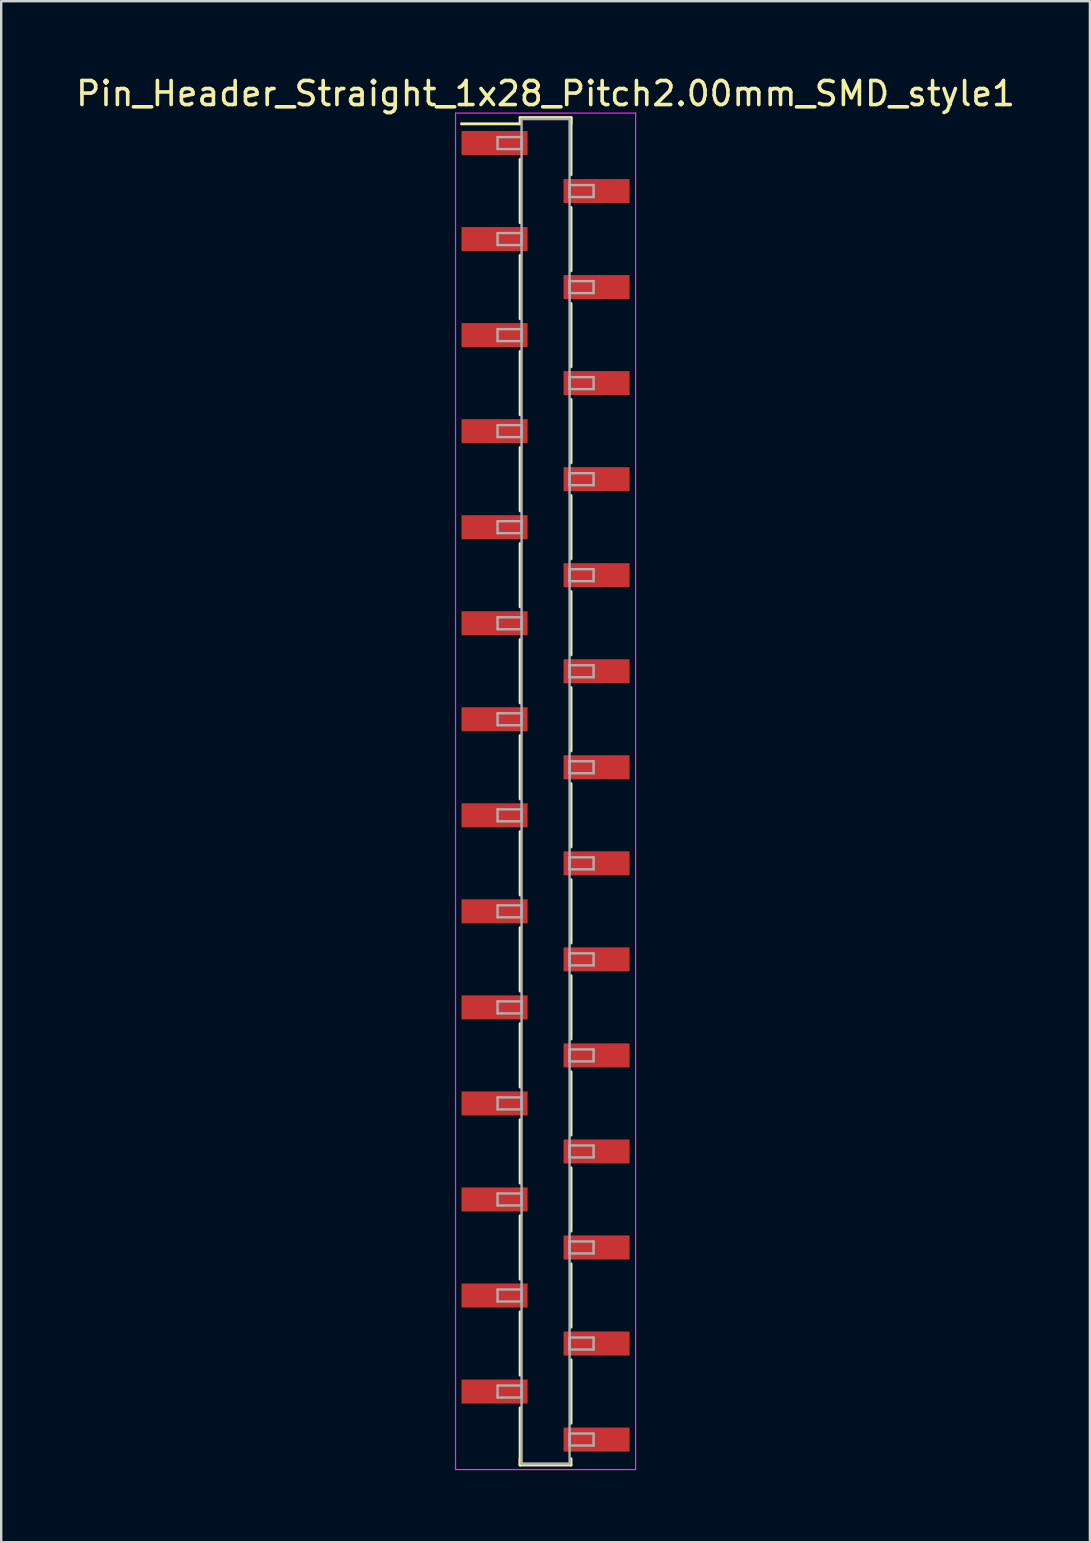
<source format=kicad_pcb>
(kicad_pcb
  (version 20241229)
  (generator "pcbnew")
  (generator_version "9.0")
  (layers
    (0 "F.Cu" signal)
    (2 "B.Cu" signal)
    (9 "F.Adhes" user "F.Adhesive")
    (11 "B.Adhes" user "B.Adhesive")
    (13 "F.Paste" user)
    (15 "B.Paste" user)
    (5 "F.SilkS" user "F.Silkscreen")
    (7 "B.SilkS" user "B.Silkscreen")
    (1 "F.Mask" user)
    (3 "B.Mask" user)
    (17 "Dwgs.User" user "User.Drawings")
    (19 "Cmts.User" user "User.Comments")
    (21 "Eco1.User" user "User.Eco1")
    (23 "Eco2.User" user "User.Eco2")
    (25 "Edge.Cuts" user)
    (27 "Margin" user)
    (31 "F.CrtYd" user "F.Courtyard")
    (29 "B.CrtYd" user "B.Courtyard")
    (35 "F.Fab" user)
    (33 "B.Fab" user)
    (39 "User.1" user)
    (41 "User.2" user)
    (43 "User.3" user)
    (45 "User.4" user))
  (footprint "Pin_Header_Straight_1x28_Pitch2.00mm_SMD_style1"
    (layer "F.Cu")
    (at 19.673 29.908)
    (property "Reference" "Pin_Header_Straight_1x28_Pitch2.00mm_SMD_style1" (at 0 -29.06 0) (layer "F.SilkS") (effects (font (size 1 1) (thickness 0.15))))
    (attr smd)
    (fp_line (start -1.06 -28.06) (end 1.06 -28.06) (stroke (width 0.12) (type solid)) (layer "F.SilkS"))
    (fp_line (start -1.06 -27.8) (end -3.5 -27.8) (stroke (width 0.12) (type solid)) (layer "F.SilkS"))
    (fp_line (start -1.06 -27.8) (end -1.06 -28.06) (stroke (width 0.12) (type solid)) (layer "F.SilkS"))
    (fp_line (start -1.06 -26.32) (end -1.06 -23.68) (stroke (width 0.12) (type solid)) (layer "F.SilkS"))
    (fp_line (start -1.06 -22.32) (end -1.06 -19.68) (stroke (width 0.12) (type solid)) (layer "F.SilkS"))
    (fp_line (start -1.06 -18.32) (end -1.06 -15.68) (stroke (width 0.12) (type solid)) (layer "F.SilkS"))
    (fp_line (start -1.06 -14.32) (end -1.06 -11.68) (stroke (width 0.12) (type solid)) (layer "F.SilkS"))
    (fp_line (start -1.06 -10.32) (end -1.06 -7.68) (stroke (width 0.12) (type solid)) (layer "F.SilkS"))
    (fp_line (start -1.06 -6.32) (end -1.06 -3.68) (stroke (width 0.12) (type solid)) (layer "F.SilkS"))
    (fp_line (start -1.06 -2.32) (end -1.06 0.32) (stroke (width 0.12) (type solid)) (layer "F.SilkS"))
    (fp_line (start -1.06 1.68) (end -1.06 4.32) (stroke (width 0.12) (type solid)) (layer "F.SilkS"))
    (fp_line (start -1.06 5.68) (end -1.06 8.32) (stroke (width 0.12) (type solid)) (layer "F.SilkS"))
    (fp_line (start -1.06 9.68) (end -1.06 12.32) (stroke (width 0.12) (type solid)) (layer "F.SilkS"))
    (fp_line (start -1.06 13.68) (end -1.06 16.32) (stroke (width 0.12) (type solid)) (layer "F.SilkS"))
    (fp_line (start -1.06 17.68) (end -1.06 20.32) (stroke (width 0.12) (type solid)) (layer "F.SilkS"))
    (fp_line (start -1.06 21.68) (end -1.06 24.32) (stroke (width 0.12) (type solid)) (layer "F.SilkS"))
    (fp_line (start -1.06 25.68) (end -1.06 28.06) (stroke (width 0.12) (type solid)) (layer "F.SilkS"))
    (fp_line (start -1.06 27.8) (end -1.06 28.06) (stroke (width 0.12) (type solid)) (layer "F.SilkS"))
    (fp_line (start -1.06 28.06) (end 1.06 28.06) (stroke (width 0.12) (type solid)) (layer "F.SilkS"))
    (fp_line (start 1.06 -28.06) (end 1.06 -27.8) (stroke (width 0.12) (type solid)) (layer "F.SilkS"))
    (fp_line (start 1.06 -28.06) (end 1.06 -25.68) (stroke (width 0.12) (type solid)) (layer "F.SilkS"))
    (fp_line (start 1.06 -24.32) (end 1.06 -21.68) (stroke (width 0.12) (type solid)) (layer "F.SilkS"))
    (fp_line (start 1.06 -20.32) (end 1.06 -17.68) (stroke (width 0.12) (type solid)) (layer "F.SilkS"))
    (fp_line (start 1.06 -16.32) (end 1.06 -13.68) (stroke (width 0.12) (type solid)) (layer "F.SilkS"))
    (fp_line (start 1.06 -12.32) (end 1.06 -9.68) (stroke (width 0.12) (type solid)) (layer "F.SilkS"))
    (fp_line (start 1.06 -8.32) (end 1.06 -5.68) (stroke (width 0.12) (type solid)) (layer "F.SilkS"))
    (fp_line (start 1.06 -4.32) (end 1.06 -1.68) (stroke (width 0.12) (type solid)) (layer "F.SilkS"))
    (fp_line (start 1.06 -0.32) (end 1.06 2.32) (stroke (width 0.12) (type solid)) (layer "F.SilkS"))
    (fp_line (start 1.06 3.68) (end 1.06 6.32) (stroke (width 0.12) (type solid)) (layer "F.SilkS"))
    (fp_line (start 1.06 7.68) (end 1.06 10.32) (stroke (width 0.12) (type solid)) (layer "F.SilkS"))
    (fp_line (start 1.06 11.68) (end 1.06 14.32) (stroke (width 0.12) (type solid)) (layer "F.SilkS"))
    (fp_line (start 1.06 15.68) (end 1.06 18.32) (stroke (width 0.12) (type solid)) (layer "F.SilkS"))
    (fp_line (start 1.06 19.68) (end 1.06 22.32) (stroke (width 0.12) (type solid)) (layer "F.SilkS"))
    (fp_line (start 1.06 23.68) (end 1.06 26.32) (stroke (width 0.12) (type solid)) (layer "F.SilkS"))
    (fp_line (start 1.06 28.06) (end 1.06 27.8) (stroke (width 0.12) (type solid)) (layer "F.SilkS"))
    (fp_line (start -3.75 -28.25) (end -3.75 28.25) (stroke (width 0.05) (type solid)) (layer "F.CrtYd"))
    (fp_line (start -3.75 28.25) (end 3.75 28.25) (stroke (width 0.05) (type solid)) (layer "F.CrtYd"))
    (fp_line (start 3.75 -28.25) (end -3.75 -28.25) (stroke (width 0.05) (type solid)) (layer "F.CrtYd"))
    (fp_line (start 3.75 28.25) (end 3.75 -28.25) (stroke (width 0.05) (type solid)) (layer "F.CrtYd"))
    (fp_line (start -2 -27.25) (end -1 -27.25) (stroke (width 0.1) (type solid)) (layer "F.Fab"))
    (fp_line (start -2 -26.75) (end -2 -27.25) (stroke (width 0.1) (type solid)) (layer "F.Fab"))
    (fp_line (start -2 -23.25) (end -1 -23.25) (stroke (width 0.1) (type solid)) (layer "F.Fab"))
    (fp_line (start -2 -22.75) (end -2 -23.25) (stroke (width 0.1) (type solid)) (layer "F.Fab"))
    (fp_line (start -2 -19.25) (end -1 -19.25) (stroke (width 0.1) (type solid)) (layer "F.Fab"))
    (fp_line (start -2 -18.75) (end -2 -19.25) (stroke (width 0.1) (type solid)) (layer "F.Fab"))
    (fp_line (start -2 -15.25) (end -1 -15.25) (stroke (width 0.1) (type solid)) (layer "F.Fab"))
    (fp_line (start -2 -14.75) (end -2 -15.25) (stroke (width 0.1) (type solid)) (layer "F.Fab"))
    (fp_line (start -2 -11.25) (end -1 -11.25) (stroke (width 0.1) (type solid)) (layer "F.Fab"))
    (fp_line (start -2 -10.75) (end -2 -11.25) (stroke (width 0.1) (type solid)) (layer "F.Fab"))
    (fp_line (start -2 -7.25) (end -1 -7.25) (stroke (width 0.1) (type solid)) (layer "F.Fab"))
    (fp_line (start -2 -6.75) (end -2 -7.25) (stroke (width 0.1) (type solid)) (layer "F.Fab"))
    (fp_line (start -2 -3.25) (end -1 -3.25) (stroke (width 0.1) (type solid)) (layer "F.Fab"))
    (fp_line (start -2 -2.75) (end -2 -3.25) (stroke (width 0.1) (type solid)) (layer "F.Fab"))
    (fp_line (start -2 0.75) (end -1 0.75) (stroke (width 0.1) (type solid)) (layer "F.Fab"))
    (fp_line (start -2 1.25) (end -2 0.75) (stroke (width 0.1) (type solid)) (layer "F.Fab"))
    (fp_line (start -2 4.75) (end -1 4.75) (stroke (width 0.1) (type solid)) (layer "F.Fab"))
    (fp_line (start -2 5.25) (end -2 4.75) (stroke (width 0.1) (type solid)) (layer "F.Fab"))
    (fp_line (start -2 8.75) (end -1 8.75) (stroke (width 0.1) (type solid)) (layer "F.Fab"))
    (fp_line (start -2 9.25) (end -2 8.75) (stroke (width 0.1) (type solid)) (layer "F.Fab"))
    (fp_line (start -2 12.75) (end -1 12.75) (stroke (width 0.1) (type solid)) (layer "F.Fab"))
    (fp_line (start -2 13.25) (end -2 12.75) (stroke (width 0.1) (type solid)) (layer "F.Fab"))
    (fp_line (start -2 16.75) (end -1 16.75) (stroke (width 0.1) (type solid)) (layer "F.Fab"))
    (fp_line (start -2 17.25) (end -2 16.75) (stroke (width 0.1) (type solid)) (layer "F.Fab"))
    (fp_line (start -2 20.75) (end -1 20.75) (stroke (width 0.1) (type solid)) (layer "F.Fab"))
    (fp_line (start -2 21.25) (end -2 20.75) (stroke (width 0.1) (type solid)) (layer "F.Fab"))
    (fp_line (start -2 24.75) (end -1 24.75) (stroke (width 0.1) (type solid)) (layer "F.Fab"))
    (fp_line (start -2 25.25) (end -2 24.75) (stroke (width 0.1) (type solid)) (layer "F.Fab"))
    (fp_line (start -1 -28) (end -1 28) (stroke (width 0.1) (type solid)) (layer "F.Fab"))
    (fp_line (start -1 -27.25) (end -1 -26.75) (stroke (width 0.1) (type solid)) (layer "F.Fab"))
    (fp_line (start -1 -26.75) (end -2 -26.75) (stroke (width 0.1) (type solid)) (layer "F.Fab"))
    (fp_line (start -1 -23.25) (end -1 -22.75) (stroke (width 0.1) (type solid)) (layer "F.Fab"))
    (fp_line (start -1 -22.75) (end -2 -22.75) (stroke (width 0.1) (type solid)) (layer "F.Fab"))
    (fp_line (start -1 -19.25) (end -1 -18.75) (stroke (width 0.1) (type solid)) (layer "F.Fab"))
    (fp_line (start -1 -18.75) (end -2 -18.75) (stroke (width 0.1) (type solid)) (layer "F.Fab"))
    (fp_line (start -1 -15.25) (end -1 -14.75) (stroke (width 0.1) (type solid)) (layer "F.Fab"))
    (fp_line (start -1 -14.75) (end -2 -14.75) (stroke (width 0.1) (type solid)) (layer "F.Fab"))
    (fp_line (start -1 -11.25) (end -1 -10.75) (stroke (width 0.1) (type solid)) (layer "F.Fab"))
    (fp_line (start -1 -10.75) (end -2 -10.75) (stroke (width 0.1) (type solid)) (layer "F.Fab"))
    (fp_line (start -1 -7.25) (end -1 -6.75) (stroke (width 0.1) (type solid)) (layer "F.Fab"))
    (fp_line (start -1 -6.75) (end -2 -6.75) (stroke (width 0.1) (type solid)) (layer "F.Fab"))
    (fp_line (start -1 -3.25) (end -1 -2.75) (stroke (width 0.1) (type solid)) (layer "F.Fab"))
    (fp_line (start -1 -2.75) (end -2 -2.75) (stroke (width 0.1) (type solid)) (layer "F.Fab"))
    (fp_line (start -1 0.75) (end -1 1.25) (stroke (width 0.1) (type solid)) (layer "F.Fab"))
    (fp_line (start -1 1.25) (end -2 1.25) (stroke (width 0.1) (type solid)) (layer "F.Fab"))
    (fp_line (start -1 4.75) (end -1 5.25) (stroke (width 0.1) (type solid)) (layer "F.Fab"))
    (fp_line (start -1 5.25) (end -2 5.25) (stroke (width 0.1) (type solid)) (layer "F.Fab"))
    (fp_line (start -1 8.75) (end -1 9.25) (stroke (width 0.1) (type solid)) (layer "F.Fab"))
    (fp_line (start -1 9.25) (end -2 9.25) (stroke (width 0.1) (type solid)) (layer "F.Fab"))
    (fp_line (start -1 12.75) (end -1 13.25) (stroke (width 0.1) (type solid)) (layer "F.Fab"))
    (fp_line (start -1 13.25) (end -2 13.25) (stroke (width 0.1) (type solid)) (layer "F.Fab"))
    (fp_line (start -1 16.75) (end -1 17.25) (stroke (width 0.1) (type solid)) (layer "F.Fab"))
    (fp_line (start -1 17.25) (end -2 17.25) (stroke (width 0.1) (type solid)) (layer "F.Fab"))
    (fp_line (start -1 20.75) (end -1 21.25) (stroke (width 0.1) (type solid)) (layer "F.Fab"))
    (fp_line (start -1 21.25) (end -2 21.25) (stroke (width 0.1) (type solid)) (layer "F.Fab"))
    (fp_line (start -1 24.75) (end -1 25.25) (stroke (width 0.1) (type solid)) (layer "F.Fab"))
    (fp_line (start -1 25.25) (end -2 25.25) (stroke (width 0.1) (type solid)) (layer "F.Fab"))
    (fp_line (start -1 28) (end 1 28) (stroke (width 0.1) (type solid)) (layer "F.Fab"))
    (fp_line (start 1 -28) (end -1 -28) (stroke (width 0.1) (type solid)) (layer "F.Fab"))
    (fp_line (start 1 -25.25) (end 1 -24.75) (stroke (width 0.1) (type solid)) (layer "F.Fab"))
    (fp_line (start 1 -24.75) (end 2 -24.75) (stroke (width 0.1) (type solid)) (layer "F.Fab"))
    (fp_line (start 1 -21.25) (end 1 -20.75) (stroke (width 0.1) (type solid)) (layer "F.Fab"))
    (fp_line (start 1 -20.75) (end 2 -20.75) (stroke (width 0.1) (type solid)) (layer "F.Fab"))
    (fp_line (start 1 -17.25) (end 1 -16.75) (stroke (width 0.1) (type solid)) (layer "F.Fab"))
    (fp_line (start 1 -16.75) (end 2 -16.75) (stroke (width 0.1) (type solid)) (layer "F.Fab"))
    (fp_line (start 1 -13.25) (end 1 -12.75) (stroke (width 0.1) (type solid)) (layer "F.Fab"))
    (fp_line (start 1 -12.75) (end 2 -12.75) (stroke (width 0.1) (type solid)) (layer "F.Fab"))
    (fp_line (start 1 -9.25) (end 1 -8.75) (stroke (width 0.1) (type solid)) (layer "F.Fab"))
    (fp_line (start 1 -8.75) (end 2 -8.75) (stroke (width 0.1) (type solid)) (layer "F.Fab"))
    (fp_line (start 1 -5.25) (end 1 -4.75) (stroke (width 0.1) (type solid)) (layer "F.Fab"))
    (fp_line (start 1 -4.75) (end 2 -4.75) (stroke (width 0.1) (type solid)) (layer "F.Fab"))
    (fp_line (start 1 -1.25) (end 1 -0.75) (stroke (width 0.1) (type solid)) (layer "F.Fab"))
    (fp_line (start 1 -0.75) (end 2 -0.75) (stroke (width 0.1) (type solid)) (layer "F.Fab"))
    (fp_line (start 1 2.75) (end 1 3.25) (stroke (width 0.1) (type solid)) (layer "F.Fab"))
    (fp_line (start 1 3.25) (end 2 3.25) (stroke (width 0.1) (type solid)) (layer "F.Fab"))
    (fp_line (start 1 6.75) (end 1 7.25) (stroke (width 0.1) (type solid)) (layer "F.Fab"))
    (fp_line (start 1 7.25) (end 2 7.25) (stroke (width 0.1) (type solid)) (layer "F.Fab"))
    (fp_line (start 1 10.75) (end 1 11.25) (stroke (width 0.1) (type solid)) (layer "F.Fab"))
    (fp_line (start 1 11.25) (end 2 11.25) (stroke (width 0.1) (type solid)) (layer "F.Fab"))
    (fp_line (start 1 14.75) (end 1 15.25) (stroke (width 0.1) (type solid)) (layer "F.Fab"))
    (fp_line (start 1 15.25) (end 2 15.25) (stroke (width 0.1) (type solid)) (layer "F.Fab"))
    (fp_line (start 1 18.75) (end 1 19.25) (stroke (width 0.1) (type solid)) (layer "F.Fab"))
    (fp_line (start 1 19.25) (end 2 19.25) (stroke (width 0.1) (type solid)) (layer "F.Fab"))
    (fp_line (start 1 22.75) (end 1 23.25) (stroke (width 0.1) (type solid)) (layer "F.Fab"))
    (fp_line (start 1 23.25) (end 2 23.25) (stroke (width 0.1) (type solid)) (layer "F.Fab"))
    (fp_line (start 1 26.75) (end 1 27.25) (stroke (width 0.1) (type solid)) (layer "F.Fab"))
    (fp_line (start 1 27.25) (end 2 27.25) (stroke (width 0.1) (type solid)) (layer "F.Fab"))
    (fp_line (start 1 28) (end 1 -28) (stroke (width 0.1) (type solid)) (layer "F.Fab"))
    (fp_line (start 2 -25.25) (end 1 -25.25) (stroke (width 0.1) (type solid)) (layer "F.Fab"))
    (fp_line (start 2 -24.75) (end 2 -25.25) (stroke (width 0.1) (type solid)) (layer "F.Fab"))
    (fp_line (start 2 -21.25) (end 1 -21.25) (stroke (width 0.1) (type solid)) (layer "F.Fab"))
    (fp_line (start 2 -20.75) (end 2 -21.25) (stroke (width 0.1) (type solid)) (layer "F.Fab"))
    (fp_line (start 2 -17.25) (end 1 -17.25) (stroke (width 0.1) (type solid)) (layer "F.Fab"))
    (fp_line (start 2 -16.75) (end 2 -17.25) (stroke (width 0.1) (type solid)) (layer "F.Fab"))
    (fp_line (start 2 -13.25) (end 1 -13.25) (stroke (width 0.1) (type solid)) (layer "F.Fab"))
    (fp_line (start 2 -12.75) (end 2 -13.25) (stroke (width 0.1) (type solid)) (layer "F.Fab"))
    (fp_line (start 2 -9.25) (end 1 -9.25) (stroke (width 0.1) (type solid)) (layer "F.Fab"))
    (fp_line (start 2 -8.75) (end 2 -9.25) (stroke (width 0.1) (type solid)) (layer "F.Fab"))
    (fp_line (start 2 -5.25) (end 1 -5.25) (stroke (width 0.1) (type solid)) (layer "F.Fab"))
    (fp_line (start 2 -4.75) (end 2 -5.25) (stroke (width 0.1) (type solid)) (layer "F.Fab"))
    (fp_line (start 2 -1.25) (end 1 -1.25) (stroke (width 0.1) (type solid)) (layer "F.Fab"))
    (fp_line (start 2 -0.75) (end 2 -1.25) (stroke (width 0.1) (type solid)) (layer "F.Fab"))
    (fp_line (start 2 2.75) (end 1 2.75) (stroke (width 0.1) (type solid)) (layer "F.Fab"))
    (fp_line (start 2 3.25) (end 2 2.75) (stroke (width 0.1) (type solid)) (layer "F.Fab"))
    (fp_line (start 2 6.75) (end 1 6.75) (stroke (width 0.1) (type solid)) (layer "F.Fab"))
    (fp_line (start 2 7.25) (end 2 6.75) (stroke (width 0.1) (type solid)) (layer "F.Fab"))
    (fp_line (start 2 10.75) (end 1 10.75) (stroke (width 0.1) (type solid)) (layer "F.Fab"))
    (fp_line (start 2 11.25) (end 2 10.75) (stroke (width 0.1) (type solid)) (layer "F.Fab"))
    (fp_line (start 2 14.75) (end 1 14.75) (stroke (width 0.1) (type solid)) (layer "F.Fab"))
    (fp_line (start 2 15.25) (end 2 14.75) (stroke (width 0.1) (type solid)) (layer "F.Fab"))
    (fp_line (start 2 18.75) (end 1 18.75) (stroke (width 0.1) (type solid)) (layer "F.Fab"))
    (fp_line (start 2 19.25) (end 2 18.75) (stroke (width 0.1) (type solid)) (layer "F.Fab"))
    (fp_line (start 2 22.75) (end 1 22.75) (stroke (width 0.1) (type solid)) (layer "F.Fab"))
    (fp_line (start 2 23.25) (end 2 22.75) (stroke (width 0.1) (type solid)) (layer "F.Fab"))
    (fp_line (start 2 26.75) (end 1 26.75) (stroke (width 0.1) (type solid)) (layer "F.Fab"))
    (fp_line (start 2 27.25) (end 2 26.75) (stroke (width 0.1) (type solid)) (layer "F.Fab"))
    (pad "1" smd rect (at -2.125 -27) (size 2.75 1) (layers "F.Cu" "F.Mask"))
    (pad "2" smd rect (at 2.125 -25) (size 2.75 1) (layers "F.Cu" "F.Mask"))
    (pad "3" smd rect (at -2.125 -23) (size 2.75 1) (layers "F.Cu" "F.Mask"))
    (pad "4" smd rect (at 2.125 -21) (size 2.75 1) (layers "F.Cu" "F.Mask"))
    (pad "5" smd rect (at -2.125 -19) (size 2.75 1) (layers "F.Cu" "F.Mask"))
    (pad "6" smd rect (at 2.125 -17) (size 2.75 1) (layers "F.Cu" "F.Mask"))
    (pad "7" smd rect (at -2.125 -15) (size 2.75 1) (layers "F.Cu" "F.Mask"))
    (pad "8" smd rect (at 2.125 -13) (size 2.75 1) (layers "F.Cu" "F.Mask"))
    (pad "9" smd rect (at -2.125 -11) (size 2.75 1) (layers "F.Cu" "F.Mask"))
    (pad "10" smd rect (at 2.125 -9) (size 2.75 1) (layers "F.Cu" "F.Mask"))
    (pad "11" smd rect (at -2.125 -7) (size 2.75 1) (layers "F.Cu" "F.Mask"))
    (pad "12" smd rect (at 2.125 -5) (size 2.75 1) (layers "F.Cu" "F.Mask"))
    (pad "13" smd rect (at -2.125 -3) (size 2.75 1) (layers "F.Cu" "F.Mask"))
    (pad "14" smd rect (at 2.125 -1) (size 2.75 1) (layers "F.Cu" "F.Mask"))
    (pad "15" smd rect (at -2.125 1) (size 2.75 1) (layers "F.Cu" "F.Mask"))
    (pad "16" smd rect (at 2.125 3) (size 2.75 1) (layers "F.Cu" "F.Mask"))
    (pad "17" smd rect (at -2.125 5) (size 2.75 1) (layers "F.Cu" "F.Mask"))
    (pad "18" smd rect (at 2.125 7) (size 2.75 1) (layers "F.Cu" "F.Mask"))
    (pad "19" smd rect (at -2.125 9) (size 2.75 1) (layers "F.Cu" "F.Mask"))
    (pad "20" smd rect (at 2.125 11) (size 2.75 1) (layers "F.Cu" "F.Mask"))
    (pad "21" smd rect (at -2.125 13) (size 2.75 1) (layers "F.Cu" "F.Mask"))
    (pad "22" smd rect (at 2.125 15) (size 2.75 1) (layers "F.Cu" "F.Mask"))
    (pad "23" smd rect (at -2.125 17) (size 2.75 1) (layers "F.Cu" "F.Mask"))
    (pad "24" smd rect (at 2.125 19) (size 2.75 1) (layers "F.Cu" "F.Mask"))
    (pad "25" smd rect (at -2.125 21) (size 2.75 1) (layers "F.Cu" "F.Mask"))
    (pad "26" smd rect (at 2.125 23) (size 2.75 1) (layers "F.Cu" "F.Mask"))
    (pad "27" smd rect (at -2.125 25) (size 2.75 1) (layers "F.Cu" "F.Mask"))
    (pad "28" smd rect (at 2.125 27) (size 2.75 1) (layers "F.Cu" "F.Mask")))
  (gr_rect
    (start -3 -3)
    (end 42.345 61.183)
    (stroke (width 0.1) (type default))
    (fill no)
    (layer "Edge.Cuts")))
</source>
